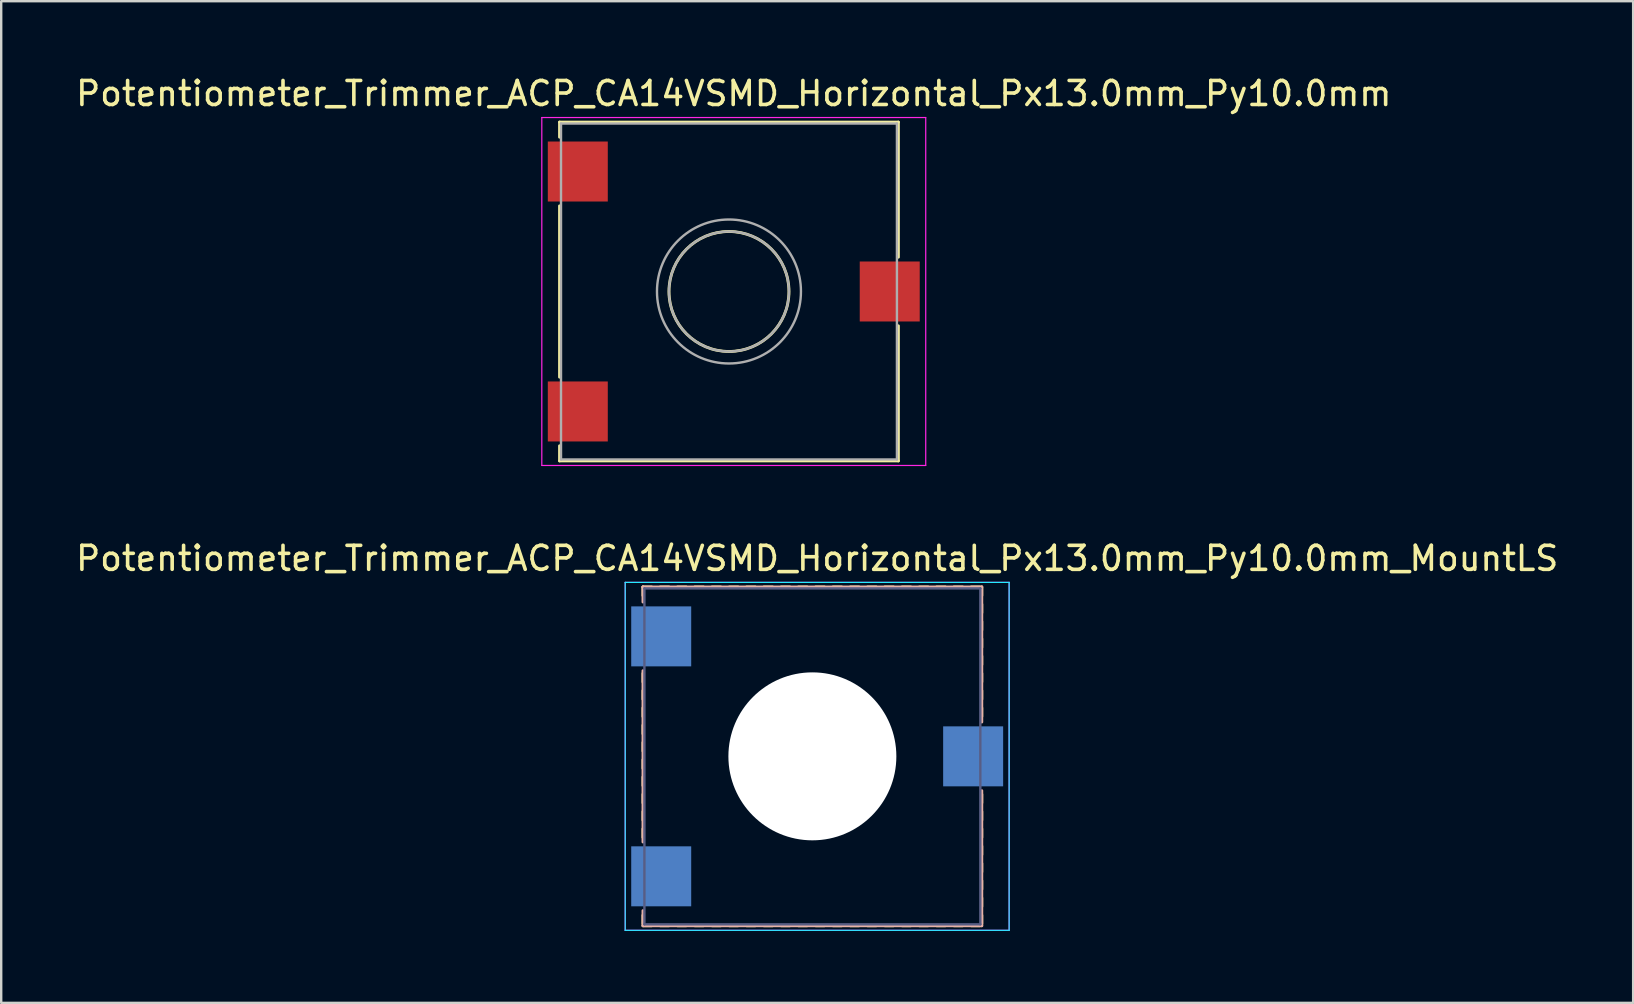
<source format=kicad_pcb>
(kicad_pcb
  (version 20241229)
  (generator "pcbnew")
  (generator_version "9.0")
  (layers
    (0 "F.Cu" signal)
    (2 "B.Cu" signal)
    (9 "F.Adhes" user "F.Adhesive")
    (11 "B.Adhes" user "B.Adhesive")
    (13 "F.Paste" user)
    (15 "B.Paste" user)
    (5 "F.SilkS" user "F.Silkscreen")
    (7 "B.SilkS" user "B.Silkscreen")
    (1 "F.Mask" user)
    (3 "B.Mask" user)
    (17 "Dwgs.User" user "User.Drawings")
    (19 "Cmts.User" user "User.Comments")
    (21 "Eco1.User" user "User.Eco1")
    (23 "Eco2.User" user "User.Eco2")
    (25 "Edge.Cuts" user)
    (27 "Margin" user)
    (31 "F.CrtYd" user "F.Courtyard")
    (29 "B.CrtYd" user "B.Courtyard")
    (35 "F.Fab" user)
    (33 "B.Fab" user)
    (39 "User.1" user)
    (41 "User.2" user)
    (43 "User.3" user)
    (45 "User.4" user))
  (footprint "Potentiometer_Trimmer_ACP_CA14VSMD_Horizontal_Px13.0mm_Py10.0mm_MountLS"
    (layer "F.Cu")
    (at 31.006 28.471)
    (property "Reference" "Potentiometer_Trimmer_ACP_CA14VSMD_Horizontal_Px13.0mm_Py10.0mm_MountLS" (at 0 -8.25 0) (layer "F.SilkS") (effects (font (size 1 1) (thickness 0.15))))
    (attr smd)
    (fp_line (start -7.26 -7.06) (end -7.26 -6.701) (stroke (width 0.12) (type solid)) (layer "F.SilkS"))
    (fp_line (start -7.26 -7.06) (end -6.9 -7.06) (stroke (width 0.12) (type solid)) (layer "F.SilkS"))
    (fp_line (start -7.26 -3.46) (end -7.26 -3.1) (stroke (width 0.12) (type solid)) (layer "F.SilkS"))
    (fp_line (start -7.26 -2.74) (end -7.26 -2.38) (stroke (width 0.12) (type solid)) (layer "F.SilkS"))
    (fp_line (start -7.26 -2.02) (end -7.26 -1.66) (stroke (width 0.12) (type solid)) (layer "F.SilkS"))
    (fp_line (start -7.26 -1.3) (end -7.26 -0.94) (stroke (width 0.12) (type solid)) (layer "F.SilkS"))
    (fp_line (start -7.26 -0.58) (end -7.26 -0.22) (stroke (width 0.12) (type solid)) (layer "F.SilkS"))
    (fp_line (start -7.26 0.14) (end -7.26 0.5) (stroke (width 0.12) (type solid)) (layer "F.SilkS"))
    (fp_line (start -7.26 0.86) (end -7.26 1.22) (stroke (width 0.12) (type solid)) (layer "F.SilkS"))
    (fp_line (start -7.26 1.58) (end -7.26 1.94) (stroke (width 0.12) (type solid)) (layer "F.SilkS"))
    (fp_line (start -7.26 2.3) (end -7.26 2.66) (stroke (width 0.12) (type solid)) (layer "F.SilkS"))
    (fp_line (start -7.26 3.02) (end -7.26 3.38) (stroke (width 0.12) (type solid)) (layer "F.SilkS"))
    (fp_line (start -7.26 6.62) (end -7.26 6.98) (stroke (width 0.12) (type solid)) (layer "F.SilkS"))
    (fp_line (start -7.26 7.06) (end -6.9 7.06) (stroke (width 0.12) (type solid)) (layer "F.SilkS"))
    (fp_line (start -6.541 -7.06) (end -6.18 -7.06) (stroke (width 0.12) (type solid)) (layer "F.SilkS"))
    (fp_line (start -6.541 7.06) (end -6.18 7.06) (stroke (width 0.12) (type solid)) (layer "F.SilkS"))
    (fp_line (start -5.82 -7.06) (end -5.46 -7.06) (stroke (width 0.12) (type solid)) (layer "F.SilkS"))
    (fp_line (start -5.82 7.06) (end -5.46 7.06) (stroke (width 0.12) (type solid)) (layer "F.SilkS"))
    (fp_line (start -5.1 -7.06) (end -4.74 -7.06) (stroke (width 0.12) (type solid)) (layer "F.SilkS"))
    (fp_line (start -5.1 7.06) (end -4.74 7.06) (stroke (width 0.12) (type solid)) (layer "F.SilkS"))
    (fp_line (start -4.38 -7.06) (end -4.02 -7.06) (stroke (width 0.12) (type solid)) (layer "F.SilkS"))
    (fp_line (start -4.38 7.06) (end -4.02 7.06) (stroke (width 0.12) (type solid)) (layer "F.SilkS"))
    (fp_line (start -3.66 -7.06) (end -3.3 -7.06) (stroke (width 0.12) (type solid)) (layer "F.SilkS"))
    (fp_line (start -3.66 7.06) (end -3.3 7.06) (stroke (width 0.12) (type solid)) (layer "F.SilkS"))
    (fp_line (start -2.94 -7.06) (end -2.58 -7.06) (stroke (width 0.12) (type solid)) (layer "F.SilkS"))
    (fp_line (start -2.94 7.06) (end -2.58 7.06) (stroke (width 0.12) (type solid)) (layer "F.SilkS"))
    (fp_line (start -2.22 -7.06) (end -1.86 -7.06) (stroke (width 0.12) (type solid)) (layer "F.SilkS"))
    (fp_line (start -2.22 7.06) (end -1.86 7.06) (stroke (width 0.12) (type solid)) (layer "F.SilkS"))
    (fp_line (start -1.5 -7.06) (end -1.14 -7.06) (stroke (width 0.12) (type solid)) (layer "F.SilkS"))
    (fp_line (start -1.5 7.06) (end -1.14 7.06) (stroke (width 0.12) (type solid)) (layer "F.SilkS"))
    (fp_line (start -0.78 -7.06) (end -0.42 -7.06) (stroke (width 0.12) (type solid)) (layer "F.SilkS"))
    (fp_line (start -0.78 7.06) (end -0.42 7.06) (stroke (width 0.12) (type solid)) (layer "F.SilkS"))
    (fp_line (start -0.06 -7.06) (end 0.3 -7.06) (stroke (width 0.12) (type solid)) (layer "F.SilkS"))
    (fp_line (start -0.06 7.06) (end 0.3 7.06) (stroke (width 0.12) (type solid)) (layer "F.SilkS"))
    (fp_line (start 0.66 -7.06) (end 1.02 -7.06) (stroke (width 0.12) (type solid)) (layer "F.SilkS"))
    (fp_line (start 0.66 7.06) (end 1.02 7.06) (stroke (width 0.12) (type solid)) (layer "F.SilkS"))
    (fp_line (start 1.38 -7.06) (end 1.74 -7.06) (stroke (width 0.12) (type solid)) (layer "F.SilkS"))
    (fp_line (start 1.38 7.06) (end 1.74 7.06) (stroke (width 0.12) (type solid)) (layer "F.SilkS"))
    (fp_line (start 2.1 -7.06) (end 2.46 -7.06) (stroke (width 0.12) (type solid)) (layer "F.SilkS"))
    (fp_line (start 2.1 7.06) (end 2.46 7.06) (stroke (width 0.12) (type solid)) (layer "F.SilkS"))
    (fp_line (start 2.82 -7.06) (end 3.18 -7.06) (stroke (width 0.12) (type solid)) (layer "F.SilkS"))
    (fp_line (start 2.82 7.06) (end 3.18 7.06) (stroke (width 0.12) (type solid)) (layer "F.SilkS"))
    (fp_line (start 3.54 -7.06) (end 3.9 -7.06) (stroke (width 0.12) (type solid)) (layer "F.SilkS"))
    (fp_line (start 3.54 7.06) (end 3.9 7.06) (stroke (width 0.12) (type solid)) (layer "F.SilkS"))
    (fp_line (start 4.26 -7.06) (end 4.62 -7.06) (stroke (width 0.12) (type solid)) (layer "F.SilkS"))
    (fp_line (start 4.26 7.06) (end 4.62 7.06) (stroke (width 0.12) (type solid)) (layer "F.SilkS"))
    (fp_line (start 4.98 -7.06) (end 5.34 -7.06) (stroke (width 0.12) (type solid)) (layer "F.SilkS"))
    (fp_line (start 4.98 7.06) (end 5.34 7.06) (stroke (width 0.12) (type solid)) (layer "F.SilkS"))
    (fp_line (start 5.7 -7.06) (end 6.06 -7.06) (stroke (width 0.12) (type solid)) (layer "F.SilkS"))
    (fp_line (start 5.7 7.06) (end 6.06 7.06) (stroke (width 0.12) (type solid)) (layer "F.SilkS"))
    (fp_line (start 6.421 -7.06) (end 6.78 -7.06) (stroke (width 0.12) (type solid)) (layer "F.SilkS"))
    (fp_line (start 6.421 7.06) (end 6.78 7.06) (stroke (width 0.12) (type solid)) (layer "F.SilkS"))
    (fp_line (start 6.86 -7.06) (end 6.86 -6.701) (stroke (width 0.12) (type solid)) (layer "F.SilkS"))
    (fp_line (start 6.86 -6.34) (end 6.86 -5.981) (stroke (width 0.12) (type solid)) (layer "F.SilkS"))
    (fp_line (start 6.86 -5.621) (end 6.86 -5.261) (stroke (width 0.12) (type solid)) (layer "F.SilkS"))
    (fp_line (start 6.86 -4.9) (end 6.86 -4.54) (stroke (width 0.12) (type solid)) (layer "F.SilkS"))
    (fp_line (start 6.86 -4.18) (end 6.86 -3.82) (stroke (width 0.12) (type solid)) (layer "F.SilkS"))
    (fp_line (start 6.86 -3.46) (end 6.86 -3.1) (stroke (width 0.12) (type solid)) (layer "F.SilkS"))
    (fp_line (start 6.86 -2.74) (end 6.86 -2.38) (stroke (width 0.12) (type solid)) (layer "F.SilkS"))
    (fp_line (start 6.86 -2.02) (end 6.86 -1.66) (stroke (width 0.12) (type solid)) (layer "F.SilkS"))
    (fp_line (start 6.86 1.58) (end 6.86 1.94) (stroke (width 0.12) (type solid)) (layer "F.SilkS"))
    (fp_line (start 6.86 2.3) (end 6.86 2.66) (stroke (width 0.12) (type solid)) (layer "F.SilkS"))
    (fp_line (start 6.86 3.02) (end 6.86 3.38) (stroke (width 0.12) (type solid)) (layer "F.SilkS"))
    (fp_line (start 6.86 3.74) (end 6.86 4.1) (stroke (width 0.12) (type solid)) (layer "F.SilkS"))
    (fp_line (start 6.86 4.46) (end 6.86 4.82) (stroke (width 0.12) (type solid)) (layer "F.SilkS"))
    (fp_line (start 6.86 5.18) (end 6.86 5.54) (stroke (width 0.12) (type solid)) (layer "F.SilkS"))
    (fp_line (start 6.86 5.9) (end 6.86 6.26) (stroke (width 0.12) (type solid)) (layer "F.SilkS"))
    (fp_line (start 6.86 6.62) (end 6.86 6.98) (stroke (width 0.12) (type solid)) (layer "F.SilkS"))
    (fp_line (start -7.26 -7.06) (end -7.26 -6.431) (stroke (width 0.12) (type solid)) (layer "B.SilkS"))
    (fp_line (start -7.26 -7.06) (end 6.86 -7.06) (stroke (width 0.12) (type solid)) (layer "B.SilkS"))
    (fp_line (start -7.26 -3.569) (end -7.26 3.57) (stroke (width 0.12) (type solid)) (layer "B.SilkS"))
    (fp_line (start -7.26 6.43) (end -7.26 7.06) (stroke (width 0.12) (type solid)) (layer "B.SilkS"))
    (fp_line (start -7.26 7.06) (end 6.86 7.06) (stroke (width 0.12) (type solid)) (layer "B.SilkS"))
    (fp_line (start 6.86 -7.06) (end 6.86 -1.43) (stroke (width 0.12) (type solid)) (layer "B.SilkS"))
    (fp_line (start 6.86 1.43) (end 6.86 7.06) (stroke (width 0.12) (type solid)) (layer "B.SilkS"))
    (fp_line (start -8 -7.25) (end -8 7.25) (stroke (width 0.05) (type solid)) (layer "B.CrtYd"))
    (fp_line (start -8 7.25) (end 8 7.25) (stroke (width 0.05) (type solid)) (layer "B.CrtYd"))
    (fp_line (start 8 -7.25) (end -8 -7.25) (stroke (width 0.05) (type solid)) (layer "B.CrtYd"))
    (fp_line (start 8 7.25) (end 8 -7.25) (stroke (width 0.05) (type solid)) (layer "B.CrtYd"))
    (fp_line (start -8 -7.25) (end -8 7.25) (stroke (width 0.05) (type solid)) (layer "F.CrtYd"))
    (fp_line (start -8 7.25) (end 8 7.25) (stroke (width 0.05) (type solid)) (layer "F.CrtYd"))
    (fp_line (start 8 -7.25) (end -8 -7.25) (stroke (width 0.05) (type solid)) (layer "F.CrtYd"))
    (fp_line (start 8 7.25) (end 8 -7.25) (stroke (width 0.05) (type solid)) (layer "F.CrtYd"))
    (fp_line (start -7.2 -7) (end -7.2 7) (stroke (width 0.1) (type solid)) (layer "B.Fab"))
    (fp_line (start -7.2 7) (end 6.8 7) (stroke (width 0.1) (type solid)) (layer "B.Fab"))
    (fp_line (start 6.8 -7) (end -7.2 -7) (stroke (width 0.1) (type solid)) (layer "B.Fab"))
    (fp_line (start 6.8 7) (end 6.8 -7) (stroke (width 0.1) (type solid)) (layer "B.Fab"))
    (fp_circle (center -0.2 0) (end 2.3 0) (stroke (width 0.1) (type solid)) (fill no) (layer "B.Fab"))
    (fp_circle (center -0.2 0) (end 2.8 0) (stroke (width 0.1) (type solid)) (fill no) (layer "B.Fab"))
    (pad "" np_thru_hole circle (at -0.2 0) (size 7 7) (drill 7) (layers "*.Cu" "*.Mask"))
    (pad "1" smd rect (at -6.5 5) (size 2.5 2.5) (layers "B.Cu" "B.Mask"))
    (pad "2" smd rect (at 6.5 0) (size 2.5 2.5) (layers "B.Cu" "B.Mask"))
    (pad "3" smd rect (at -6.5 -5) (size 2.5 2.5) (layers "B.Cu" "B.Mask")))
  (footprint "Potentiometer_Trimmer_ACP_CA14VSMD_Horizontal_Px13.0mm_Py10.0mm"
    (layer "F.Cu")
    (at 27.53 9.098)
    (property "Reference" "Potentiometer_Trimmer_ACP_CA14VSMD_Horizontal_Px13.0mm_Py10.0mm" (at 0 -8.25 0) (layer "F.SilkS") (effects (font (size 1 1) (thickness 0.15))))
    (attr smd)
    (fp_line (start -7.26 -7.06) (end -7.26 -6.431) (stroke (width 0.12) (type solid)) (layer "F.SilkS"))
    (fp_line (start -7.26 -7.06) (end 6.86 -7.06) (stroke (width 0.12) (type solid)) (layer "F.SilkS"))
    (fp_line (start -7.26 -3.569) (end -7.26 3.57) (stroke (width 0.12) (type solid)) (layer "F.SilkS"))
    (fp_line (start -7.26 6.43) (end -7.26 7.06) (stroke (width 0.12) (type solid)) (layer "F.SilkS"))
    (fp_line (start -7.26 7.06) (end 6.86 7.06) (stroke (width 0.12) (type solid)) (layer "F.SilkS"))
    (fp_line (start 6.86 -7.06) (end 6.86 -1.43) (stroke (width 0.12) (type solid)) (layer "F.SilkS"))
    (fp_line (start 6.86 1.43) (end 6.86 7.06) (stroke (width 0.12) (type solid)) (layer "F.SilkS"))
    (fp_circle (center -0.2 0) (end 2.3 0) (stroke (width 0.12) (type solid)) (fill no) (layer "F.SilkS"))
    (fp_line (start -8 -7.25) (end -8 7.25) (stroke (width 0.05) (type solid)) (layer "F.CrtYd"))
    (fp_line (start -8 7.25) (end 8 7.25) (stroke (width 0.05) (type solid)) (layer "F.CrtYd"))
    (fp_line (start 8 -7.25) (end -8 -7.25) (stroke (width 0.05) (type solid)) (layer "F.CrtYd"))
    (fp_line (start 8 7.25) (end 8 -7.25) (stroke (width 0.05) (type solid)) (layer "F.CrtYd"))
    (fp_line (start -7.2 -7) (end -7.2 7) (stroke (width 0.1) (type solid)) (layer "F.Fab"))
    (fp_line (start -7.2 7) (end 6.8 7) (stroke (width 0.1) (type solid)) (layer "F.Fab"))
    (fp_line (start 6.8 -7) (end -7.2 -7) (stroke (width 0.1) (type solid)) (layer "F.Fab"))
    (fp_line (start 6.8 7) (end 6.8 -7) (stroke (width 0.1) (type solid)) (layer "F.Fab"))
    (fp_circle (center -0.2 0) (end 2.3 0) (stroke (width 0.1) (type solid)) (fill no) (layer "F.Fab"))
    (fp_circle (center -0.2 0) (end 2.8 0) (stroke (width 0.1) (type solid)) (fill no) (layer "F.Fab"))
    (pad "1" smd rect (at -6.5 5) (size 2.5 2.5) (layers "F.Cu" "F.Mask"))
    (pad "2" smd rect (at 6.5 0) (size 2.5 2.5) (layers "F.Cu" "F.Mask"))
    (pad "3" smd rect (at -6.5 -5) (size 2.5 2.5) (layers "F.Cu" "F.Mask")))
  (gr_rect
    (start -3 -3)
    (end 65.012 38.746)
    (stroke (width 0.1) (type default))
    (fill no)
    (layer "Edge.Cuts")))
</source>
